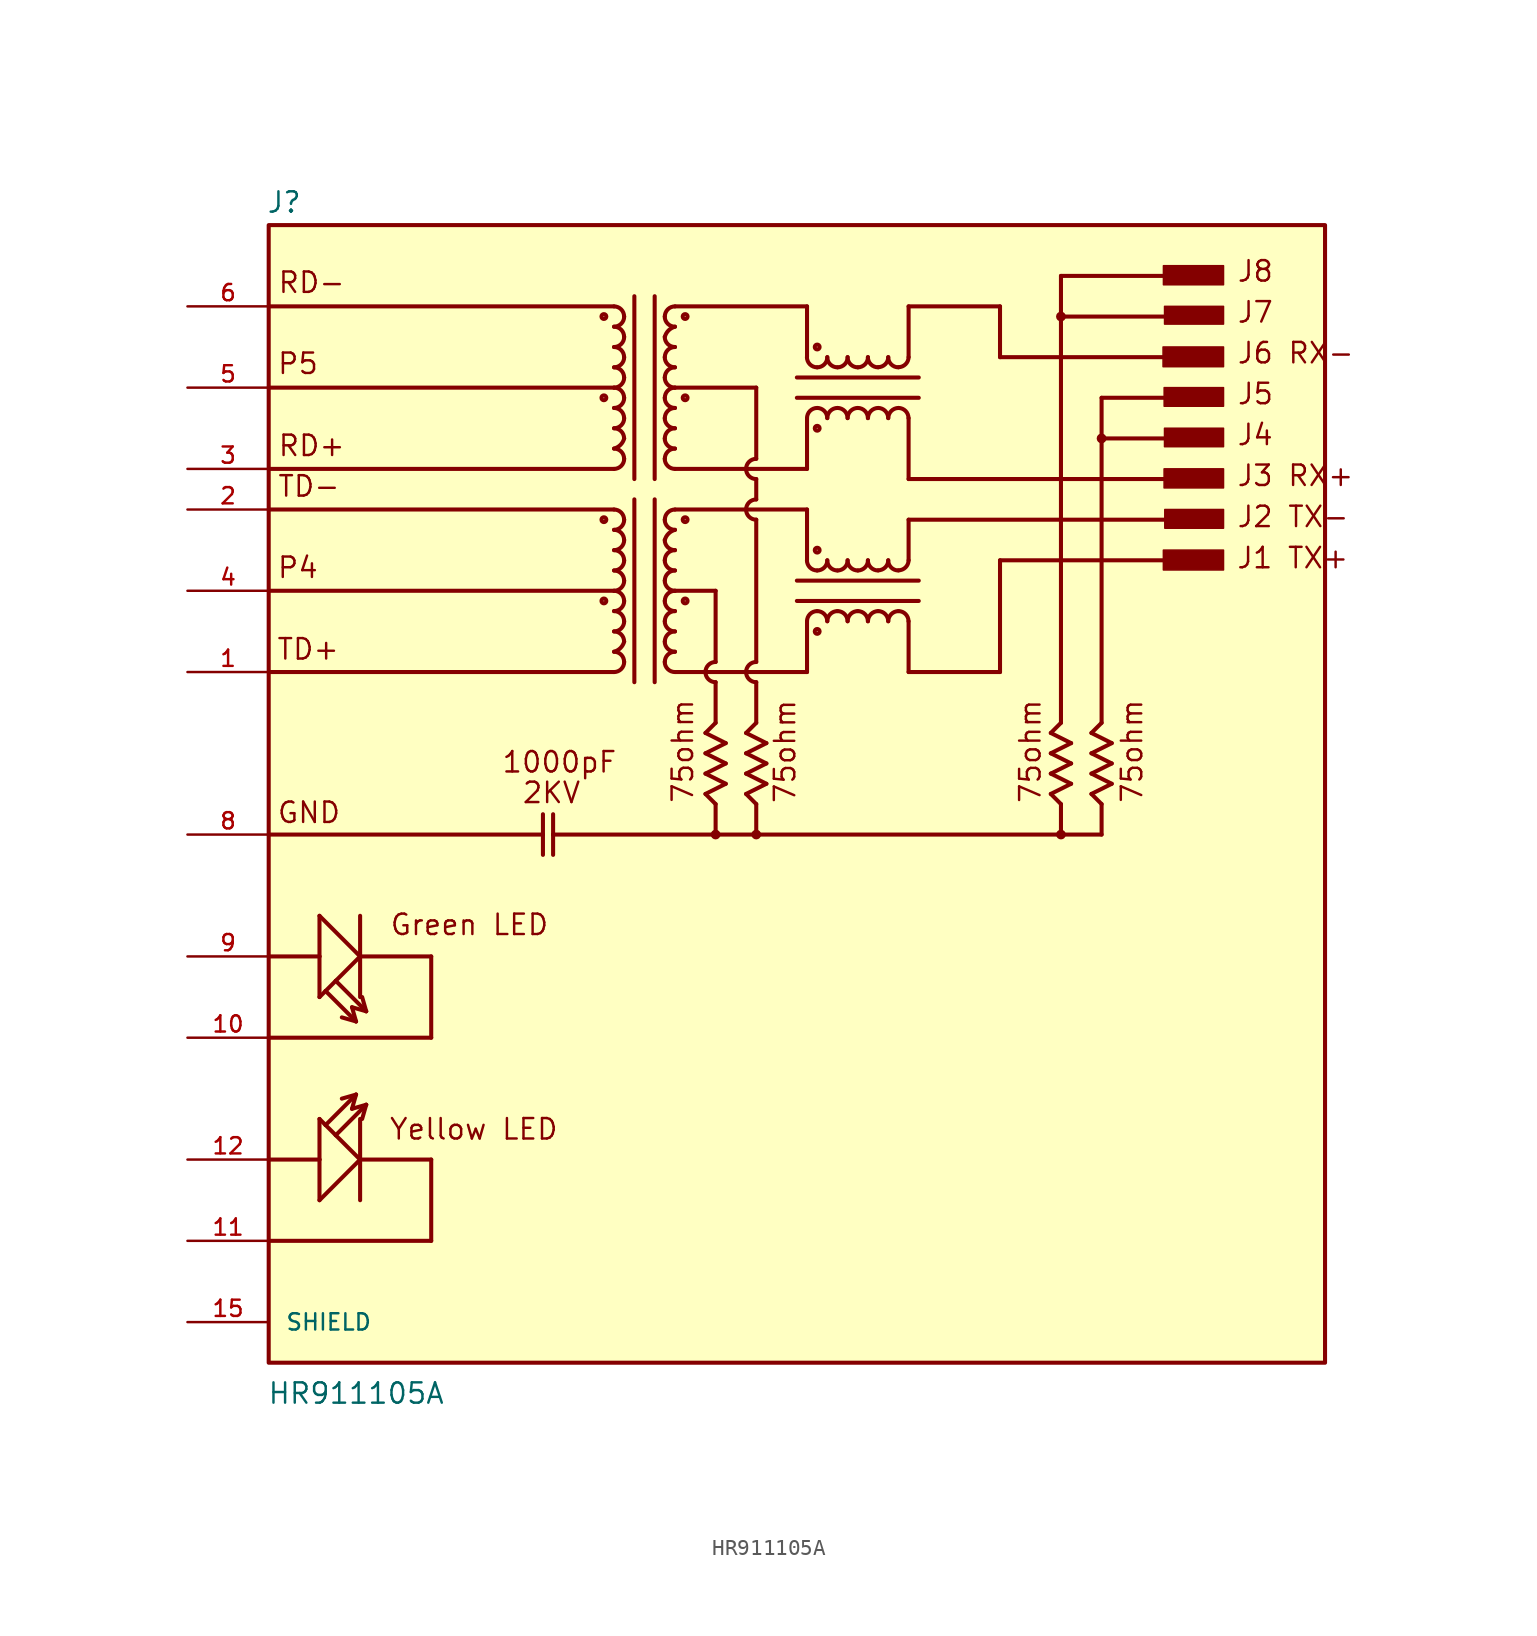
<source format=kicad_sym>
(kicad_symbol_lib
  (version 20211014)
  (generator kicad_symbol_editor)
  (symbol "HR911105A"
    (pin_names
      (offset 1.016))
    (property "Reference" "J"
      (at -33.178 36.241 0)
      (effects (font (size 1.27 1.27)) (justify bottom left)))
    (property "Value" "HR911105A"
      (at -33.124 -38.22 0)
      (effects (font (size 1.27 1.27)) (justify bottom left)))
    (symbol "HR911105A_0_0"
      (polyline (pts (xy 23.495 32.385) (xy 16.51 32.385)) (stroke (width 0.254)))
      (polyline (pts (xy 16.51 32.385) (xy 16.51 29.845)) (stroke (width 0.254)))
      (polyline (pts (xy 16.51 29.845) (xy 23.495 29.845)) (stroke (width 0.254)))
      (polyline (pts (xy 16.51 29.845) (xy 16.51 4.445)) (stroke (width 0.254)))
      (polyline (pts (xy 16.51 4.445) (xy 15.875 3.81)) (stroke (width 0.254)))
      (polyline (pts (xy 15.875 3.81) (xy 17.145 3.175)) (stroke (width 0.254)))
      (polyline (pts (xy 17.145 3.175) (xy 15.875 2.54)) (stroke (width 0.254)))
      (polyline (pts (xy 15.875 2.54) (xy 17.145 1.905)) (stroke (width 0.254)))
      (polyline (pts (xy 17.145 1.905) (xy 15.875 1.27)) (stroke (width 0.254)))
      (polyline (pts (xy 15.875 1.27) (xy 17.145 0.635)) (stroke (width 0.254)))
      (polyline (pts (xy 17.145 0.635) (xy 15.875 0.0)) (stroke (width 0.254)))
      (polyline (pts (xy 15.875 0.0) (xy 16.51 -0.635)) (stroke (width 0.254)))
      (polyline (pts (xy 16.51 -0.635) (xy 16.51 -2.54)) (stroke (width 0.254)))
      (polyline (pts (xy 23.495 24.765) (xy 19.05 24.765)) (stroke (width 0.254)))
      (polyline (pts (xy 19.05 24.765) (xy 19.05 22.225)) (stroke (width 0.254)))
      (polyline (pts (xy 19.05 22.225) (xy 23.495 22.225)) (stroke (width 0.254)))
      (polyline (pts (xy 19.05 4.445) (xy 18.415 3.81)) (stroke (width 0.254)))
      (polyline (pts (xy 18.415 3.81) (xy 19.685 3.175)) (stroke (width 0.254)))
      (polyline (pts (xy 19.685 3.175) (xy 18.415 2.54)) (stroke (width 0.254)))
      (polyline (pts (xy 18.415 2.54) (xy 19.685 1.905)) (stroke (width 0.254)))
      (polyline (pts (xy 19.685 1.905) (xy 18.415 1.27)) (stroke (width 0.254)))
      (polyline (pts (xy 18.415 1.27) (xy 19.685 0.635)) (stroke (width 0.254)))
      (polyline (pts (xy 19.685 0.635) (xy 18.415 0.0)) (stroke (width 0.254)))
      (polyline (pts (xy 18.415 0.0) (xy 19.05 -0.635)) (stroke (width 0.254)))
      (polyline (pts (xy 19.05 -0.635) (xy 19.05 -2.54)) (stroke (width 0.254)))
      (polyline (pts (xy 19.05 22.225) (xy 19.05 4.445)) (stroke (width 0.254)))
      (polyline (pts (xy 23.495 27.305) (xy 12.7 27.305)) (stroke (width 0.254)))
      (polyline (pts (xy 12.7 27.305) (xy 12.7 30.48)) (stroke (width 0.254)))
      (polyline (pts (xy 12.7 30.48) (xy 6.985 30.48)) (stroke (width 0.254)))
      (polyline (pts (xy 6.985 30.48) (xy 6.985 27.305)) (stroke (width 0.254)))
      (arc (start 6.35 26.67) (mid 6.799 26.856) (end 6.985 27.305) (stroke (width 0.254) (type default) (color 0 0 0 0)) (fill (type none)))
      (arc (start 5.715 27.305) (mid 5.901 26.856) (end 6.35 26.67) (stroke (width 0.254) (type default) (color 0 0 0 0)) (fill (type none)))
      (arc (start 5.08 26.67) (mid 5.529 26.856) (end 5.715 27.305) (stroke (width 0.254) (type default) (color 0 0 0 0)) (fill (type none)))
      (arc (start 4.445 27.305) (mid 4.631 26.856) (end 5.08 26.67) (stroke (width 0.254) (type default) (color 0 0 0 0)) (fill (type none)))
      (arc (start 3.81 26.67) (mid 4.259 26.856) (end 4.445 27.305) (stroke (width 0.254) (type default) (color 0 0 0 0)) (fill (type none)))
      (arc (start 3.175 27.305) (mid 3.361 26.856) (end 3.81 26.67) (stroke (width 0.254) (type default) (color 0 0 0 0)) (fill (type none)))
      (arc (start 2.54 26.67) (mid 2.989 26.856) (end 3.175 27.305) (stroke (width 0.254) (type default) (color 0 0 0 0)) (fill (type none)))
      (arc (start 1.905 27.305) (mid 2.091 26.856) (end 2.54 26.67) (stroke (width 0.254) (type default) (color 0 0 0 0)) (fill (type none)))
      (arc (start 1.27 26.67) (mid 1.719 26.856) (end 1.905 27.305) (stroke (width 0.254) (type default) (color 0 0 0 0)) (fill (type none)))
      (arc (start 0.635 27.305) (mid 0.821 26.856) (end 1.27 26.67) (stroke (width 0.254) (type default) (color 0 0 0 0)) (fill (type none)))
      (polyline (pts (xy 0.635 27.305) (xy 0.635 30.48)) (stroke (width 0.254)))
      (polyline (pts (xy 0.635 30.48) (xy -7.62 30.48)) (stroke (width 0.254)))
      (arc (start -8.255 29.845) (mid -8.069 30.294) (end -7.62 30.48) (stroke (width 0.254) (type default) (color 0 0 0 0)) (fill (type none)))
      (arc (start -7.62 29.21) (mid -8.069 29.396) (end -8.255 29.845) (stroke (width 0.254) (type default) (color 0 0 0 0)) (fill (type none)))
      (arc (start -8.255 28.575) (mid -8.0226 28.9776) (end -7.62 29.21) (stroke (width 0.254) (type default) (color 0 0 0 0)) (fill (type none)))
      (arc (start -7.62 27.94) (mid -8.069 28.126) (end -8.255 28.575) (stroke (width 0.254) (type default) (color 0 0 0 0)) (fill (type none)))
      (arc (start -8.255 27.305) (mid -8.069 27.754) (end -7.62 27.94) (stroke (width 0.254) (type default) (color 0 0 0 0)) (fill (type none)))
      (arc (start -7.62 26.67) (mid -8.069 26.856) (end -8.255 27.305) (stroke (width 0.254) (type default) (color 0 0 0 0)) (fill (type none)))
      (arc (start -8.255 26.035) (mid -8.069 26.484) (end -7.62 26.67) (stroke (width 0.254) (type default) (color 0 0 0 0)) (fill (type none)))
      (arc (start -7.62 25.4) (mid -8.069 25.586) (end -8.255 26.035) (stroke (width 0.254) (type default) (color 0 0 0 0)) (fill (type none)))
      (arc (start -8.255 24.765) (mid -8.069 25.214) (end -7.62 25.4) (stroke (width 0.254) (type default) (color 0 0 0 0)) (fill (type none)))
      (arc (start -7.62 24.13) (mid -8.069 24.316) (end -8.255 24.765) (stroke (width 0.254) (type default) (color 0 0 0 0)) (fill (type none)))
      (arc (start -8.255 23.495) (mid -8.069 23.944) (end -7.62 24.13) (stroke (width 0.254) (type default) (color 0 0 0 0)) (fill (type none)))
      (arc (start -7.62 22.86) (mid -8.069 23.046) (end -8.255 23.495) (stroke (width 0.254) (type default) (color 0 0 0 0)) (fill (type none)))
      (arc (start -8.255 22.225) (mid -8.069 22.674) (end -7.62 22.86) (stroke (width 0.254) (type default) (color 0 0 0 0)) (fill (type none)))
      (arc (start -7.62 21.59) (mid -8.069 21.776) (end -8.255 22.225) (stroke (width 0.254) (type default) (color 0 0 0 0)) (fill (type none)))
      (arc (start -8.255 20.955) (mid -8.069 21.404) (end -7.62 21.59) (stroke (width 0.254) (type default) (color 0 0 0 0)) (fill (type none)))
      (arc (start -7.62 20.32) (mid -8.069 20.506) (end -8.255 20.955) (stroke (width 0.254) (type default) (color 0 0 0 0)) (fill (type none)))
      (polyline (pts (xy -7.62 20.32) (xy -3.175 20.32)) (stroke (width 0.254)))
      (polyline (pts (xy -3.175 20.32) (xy 0.635 20.32)) (stroke (width 0.254)))
      (polyline (pts (xy 0.635 20.32) (xy 0.635 23.495)) (stroke (width 0.254)))
      (arc (start 1.27 24.13) (mid 0.821 23.944) (end 0.635 23.495) (stroke (width 0.254) (type default) (color 0 0 0 0)) (fill (type none)))
      (arc (start 1.905 23.495) (mid 1.719 23.944) (end 1.27 24.13) (stroke (width 0.254) (type default) (color 0 0 0 0)) (fill (type none)))
      (arc (start 2.54 24.13) (mid 2.091 23.944) (end 1.905 23.495) (stroke (width 0.254) (type default) (color 0 0 0 0)) (fill (type none)))
      (arc (start 3.175 23.495) (mid 2.989 23.944) (end 2.54 24.13) (stroke (width 0.254) (type default) (color 0 0 0 0)) (fill (type none)))
      (arc (start 3.81 24.13) (mid 3.361 23.944) (end 3.175 23.495) (stroke (width 0.254) (type default) (color 0 0 0 0)) (fill (type none)))
      (arc (start 4.445 23.495) (mid 4.259 23.944) (end 3.81 24.13) (stroke (width 0.254) (type default) (color 0 0 0 0)) (fill (type none)))
      (arc (start 5.08 24.13) (mid 4.631 23.944) (end 4.445 23.495) (stroke (width 0.254) (type default) (color 0 0 0 0)) (fill (type none)))
      (arc (start 5.715 23.495) (mid 5.529 23.944) (end 5.08 24.13) (stroke (width 0.254) (type default) (color 0 0 0 0)) (fill (type none)))
      (arc (start 6.35 24.13) (mid 5.901 23.944) (end 5.715 23.495) (stroke (width 0.254) (type default) (color 0 0 0 0)) (fill (type none)))
      (arc (start 6.985 23.495) (mid 6.799 23.944) (end 6.35 24.13) (stroke (width 0.254) (type default) (color 0 0 0 0)) (fill (type none)))
      (polyline (pts (xy 6.985 23.495) (xy 6.985 19.685)) (stroke (width 0.254)))
      (polyline (pts (xy 0.0 26.035) (xy 7.62 26.035)) (stroke (width 0.254)))
      (polyline (pts (xy 0.0 24.765) (xy 7.62 24.765)) (stroke (width 0.254)))
      (polyline (pts (xy 23.495 19.685) (xy 6.985 19.685)) (stroke (width 0.254)))
      (polyline (pts (xy -8.89 31.115) (xy -8.89 19.685)) (stroke (width 0.254)))
      (polyline (pts (xy -10.16 31.115) (xy -10.16 19.685)) (stroke (width 0.254)))
      (arc (start -10.795 20.955) (mid -10.981 20.506) (end -11.43 20.32) (stroke (width 0.254) (type default) (color 0 0 0 0)) (fill (type none)))
      (arc (start -11.43 21.59) (mid -10.981 21.404) (end -10.795 20.955) (stroke (width 0.254) (type default) (color 0 0 0 0)) (fill (type none)))
      (arc (start -10.795 22.225) (mid -11.0274 21.8224) (end -11.43 21.59) (stroke (width 0.254) (type default) (color 0 0 0 0)) (fill (type none)))
      (arc (start -11.43 22.86) (mid -10.981 22.674) (end -10.795 22.225) (stroke (width 0.254) (type default) (color 0 0 0 0)) (fill (type none)))
      (arc (start -10.795 23.495) (mid -10.981 23.046) (end -11.43 22.86) (stroke (width 0.254) (type default) (color 0 0 0 0)) (fill (type none)))
      (arc (start -11.43 24.13) (mid -10.981 23.944) (end -10.795 23.495) (stroke (width 0.254) (type default) (color 0 0 0 0)) (fill (type none)))
      (arc (start -10.795 24.765) (mid -10.981 24.316) (end -11.43 24.13) (stroke (width 0.254) (type default) (color 0 0 0 0)) (fill (type none)))
      (arc (start -11.43 25.4) (mid -10.981 25.214) (end -10.795 24.765) (stroke (width 0.254) (type default) (color 0 0 0 0)) (fill (type none)))
      (arc (start -10.795 26.035) (mid -10.981 25.586) (end -11.43 25.4) (stroke (width 0.254) (type default) (color 0 0 0 0)) (fill (type none)))
      (arc (start -11.43 26.67) (mid -10.981 26.484) (end -10.795 26.035) (stroke (width 0.254) (type default) (color 0 0 0 0)) (fill (type none)))
      (arc (start -10.795 27.305) (mid -10.981 26.856) (end -11.43 26.67) (stroke (width 0.254) (type default) (color 0 0 0 0)) (fill (type none)))
      (arc (start -11.43 27.94) (mid -10.981 27.754) (end -10.795 27.305) (stroke (width 0.254) (type default) (color 0 0 0 0)) (fill (type none)))
      (arc (start -10.795 28.575) (mid -10.981 28.126) (end -11.43 27.94) (stroke (width 0.254) (type default) (color 0 0 0 0)) (fill (type none)))
      (arc (start -11.43 29.21) (mid -10.981 29.024) (end -10.795 28.575) (stroke (width 0.254) (type default) (color 0 0 0 0)) (fill (type none)))
      (arc (start -10.795 29.845) (mid -10.981 29.396) (end -11.43 29.21) (stroke (width 0.254) (type default) (color 0 0 0 0)) (fill (type none)))
      (arc (start -11.43 30.48) (mid -10.981 30.294) (end -10.795 29.845) (stroke (width 0.254) (type default) (color 0 0 0 0)) (fill (type none)))
      (polyline (pts (xy -11.43 30.48) (xy -33.02 30.48)) (stroke (width 0.254)))
      (polyline (pts (xy -33.02 20.32) (xy -11.43 20.32)) (stroke (width 0.254)))
      (polyline (pts (xy -11.43 25.4) (xy -33.02 25.4)) (stroke (width 0.254)))
      (polyline (pts (xy 23.495 17.145) (xy 6.985 17.145)) (stroke (width 0.254)))
      (polyline (pts (xy 6.985 17.145) (xy 6.985 14.605)) (stroke (width 0.254)))
      (arc (start 6.35 13.97) (mid 6.799 14.156) (end 6.985 14.605) (stroke (width 0.254) (type default) (color 0 0 0 0)) (fill (type none)))
      (arc (start 5.715 14.605) (mid 5.901 14.156) (end 6.35 13.97) (stroke (width 0.254) (type default) (color 0 0 0 0)) (fill (type none)))
      (arc (start 5.08 13.97) (mid 5.529 14.156) (end 5.715 14.605) (stroke (width 0.254) (type default) (color 0 0 0 0)) (fill (type none)))
      (arc (start 4.445 14.605) (mid 4.631 14.156) (end 5.08 13.97) (stroke (width 0.254) (type default) (color 0 0 0 0)) (fill (type none)))
      (arc (start 3.81 13.97) (mid 4.259 14.156) (end 4.445 14.605) (stroke (width 0.254) (type default) (color 0 0 0 0)) (fill (type none)))
      (arc (start 3.175 14.605) (mid 3.361 14.156) (end 3.81 13.97) (stroke (width 0.254) (type default) (color 0 0 0 0)) (fill (type none)))
      (arc (start 2.54 13.97) (mid 2.989 14.156) (end 3.175 14.605) (stroke (width 0.254) (type default) (color 0 0 0 0)) (fill (type none)))
      (arc (start 1.905 14.605) (mid 2.091 14.156) (end 2.54 13.97) (stroke (width 0.254) (type default) (color 0 0 0 0)) (fill (type none)))
      (arc (start 1.27 13.97) (mid 1.719 14.156) (end 1.905 14.605) (stroke (width 0.254) (type default) (color 0 0 0 0)) (fill (type none)))
      (arc (start 0.635 14.605) (mid 0.821 14.156) (end 1.27 13.97) (stroke (width 0.254) (type default) (color 0 0 0 0)) (fill (type none)))
      (polyline (pts (xy 0.635 14.605) (xy 0.635 17.78)) (stroke (width 0.254)))
      (polyline (pts (xy 0.635 17.78) (xy -3.175 17.78)) (stroke (width 0.254)))
      (polyline (pts (xy -3.175 17.78) (xy -7.62 17.78)) (stroke (width 0.254)))
      (arc (start -8.255 17.145) (mid -8.069 17.594) (end -7.62 17.78) (stroke (width 0.254) (type default) (color 0 0 0 0)) (fill (type none)))
      (arc (start -7.62 16.51) (mid -8.069 16.696) (end -8.255 17.145) (stroke (width 0.254) (type default) (color 0 0 0 0)) (fill (type none)))
      (arc (start -8.255 15.875) (mid -8.0226 16.2776) (end -7.62 16.51) (stroke (width 0.254) (type default) (color 0 0 0 0)) (fill (type none)))
      (arc (start -7.62 15.24) (mid -8.069 15.426) (end -8.255 15.875) (stroke (width 0.254) (type default) (color 0 0 0 0)) (fill (type none)))
      (arc (start -8.255 14.605) (mid -8.069 15.054) (end -7.62 15.24) (stroke (width 0.254) (type default) (color 0 0 0 0)) (fill (type none)))
      (arc (start -7.62 13.97) (mid -8.069 14.156) (end -8.255 14.605) (stroke (width 0.254) (type default) (color 0 0 0 0)) (fill (type none)))
      (arc (start -8.255 13.335) (mid -8.069 13.784) (end -7.62 13.97) (stroke (width 0.254) (type default) (color 0 0 0 0)) (fill (type none)))
      (arc (start -7.62 12.7) (mid -8.069 12.886) (end -8.255 13.335) (stroke (width 0.254) (type default) (color 0 0 0 0)) (fill (type none)))
      (arc (start -8.255 12.065) (mid -8.069 12.514) (end -7.62 12.7) (stroke (width 0.254) (type default) (color 0 0 0 0)) (fill (type none)))
      (arc (start -7.62 11.43) (mid -8.069 11.616) (end -8.255 12.065) (stroke (width 0.254) (type default) (color 0 0 0 0)) (fill (type none)))
      (arc (start -8.255 10.795) (mid -8.069 11.244) (end -7.62 11.43) (stroke (width 0.254) (type default) (color 0 0 0 0)) (fill (type none)))
      (arc (start -7.62 10.16) (mid -8.069 10.346) (end -8.255 10.795) (stroke (width 0.254) (type default) (color 0 0 0 0)) (fill (type none)))
      (arc (start -8.255 9.525) (mid -8.069 9.974) (end -7.62 10.16) (stroke (width 0.254) (type default) (color 0 0 0 0)) (fill (type none)))
      (arc (start -7.62 8.89) (mid -8.069 9.076) (end -8.255 9.525) (stroke (width 0.254) (type default) (color 0 0 0 0)) (fill (type none)))
      (arc (start -8.255 8.255) (mid -8.069 8.704) (end -7.62 8.89) (stroke (width 0.254) (type default) (color 0 0 0 0)) (fill (type none)))
      (arc (start -7.62 7.62) (mid -8.069 7.806) (end -8.255 8.255) (stroke (width 0.254) (type default) (color 0 0 0 0)) (fill (type none)))
      (polyline (pts (xy -7.62 7.62) (xy -5.715 7.62)) (stroke (width 0.254)))
      (polyline (pts (xy -5.715 7.62) (xy -3.175 7.62)) (stroke (width 0.254)))
      (polyline (pts (xy -3.175 7.62) (xy 0.635 7.62)) (stroke (width 0.254)))
      (polyline (pts (xy 0.635 7.62) (xy 0.635 10.795)) (stroke (width 0.254)))
      (arc (start 1.27 11.43) (mid 0.821 11.244) (end 0.635 10.795) (stroke (width 0.254) (type default) (color 0 0 0 0)) (fill (type none)))
      (arc (start 1.905 10.795) (mid 1.719 11.244) (end 1.27 11.43) (stroke (width 0.254) (type default) (color 0 0 0 0)) (fill (type none)))
      (arc (start 2.54 11.43) (mid 2.091 11.244) (end 1.905 10.795) (stroke (width 0.254) (type default) (color 0 0 0 0)) (fill (type none)))
      (arc (start 3.175 10.795) (mid 2.989 11.244) (end 2.54 11.43) (stroke (width 0.254) (type default) (color 0 0 0 0)) (fill (type none)))
      (arc (start 3.81 11.43) (mid 3.361 11.244) (end 3.175 10.795) (stroke (width 0.254) (type default) (color 0 0 0 0)) (fill (type none)))
      (arc (start 4.445 10.795) (mid 4.259 11.244) (end 3.81 11.43) (stroke (width 0.254) (type default) (color 0 0 0 0)) (fill (type none)))
      (arc (start 5.08 11.43) (mid 4.631 11.244) (end 4.445 10.795) (stroke (width 0.254) (type default) (color 0 0 0 0)) (fill (type none)))
      (arc (start 5.715 10.795) (mid 5.529 11.244) (end 5.08 11.43) (stroke (width 0.254) (type default) (color 0 0 0 0)) (fill (type none)))
      (arc (start 6.35 11.43) (mid 5.901 11.244) (end 5.715 10.795) (stroke (width 0.254) (type default) (color 0 0 0 0)) (fill (type none)))
      (arc (start 6.985 10.795) (mid 6.799 11.244) (end 6.35 11.43) (stroke (width 0.254) (type default) (color 0 0 0 0)) (fill (type none)))
      (polyline (pts (xy 6.985 10.795) (xy 6.985 7.62)) (stroke (width 0.254)))
      (polyline (pts (xy 0.0 13.335) (xy 7.62 13.335)) (stroke (width 0.254)))
      (polyline (pts (xy 0.0 12.065) (xy 7.62 12.065)) (stroke (width 0.254)))
      (polyline (pts (xy 23.495 14.605) (xy 12.7 14.605)) (stroke (width 0.254)))
      (polyline (pts (xy 12.7 14.605) (xy 12.7 7.62)) (stroke (width 0.254)))
      (polyline (pts (xy 12.7 7.62) (xy 6.985 7.62)) (stroke (width 0.254)))
      (polyline (pts (xy -8.89 18.415) (xy -8.89 6.985)) (stroke (width 0.254)))
      (polyline (pts (xy -10.16 18.415) (xy -10.16 6.985)) (stroke (width 0.254)))
      (arc (start -10.795 8.255) (mid -10.981 7.806) (end -11.43 7.62) (stroke (width 0.254) (type default) (color 0 0 0 0)) (fill (type none)))
      (arc (start -11.43 8.89) (mid -10.981 8.704) (end -10.795 8.255) (stroke (width 0.254) (type default) (color 0 0 0 0)) (fill (type none)))
      (arc (start -10.795 9.525) (mid -11.0274 9.1224) (end -11.43 8.89) (stroke (width 0.254) (type default) (color 0 0 0 0)) (fill (type none)))
      (arc (start -11.43 10.16) (mid -10.981 9.974) (end -10.795 9.525) (stroke (width 0.254) (type default) (color 0 0 0 0)) (fill (type none)))
      (arc (start -10.795 10.795) (mid -10.981 10.346) (end -11.43 10.16) (stroke (width 0.254) (type default) (color 0 0 0 0)) (fill (type none)))
      (arc (start -11.43 11.43) (mid -10.981 11.244) (end -10.795 10.795) (stroke (width 0.254) (type default) (color 0 0 0 0)) (fill (type none)))
      (arc (start -10.795 12.065) (mid -10.981 11.616) (end -11.43 11.43) (stroke (width 0.254) (type default) (color 0 0 0 0)) (fill (type none)))
      (arc (start -11.43 12.7) (mid -10.981 12.514) (end -10.795 12.065) (stroke (width 0.254) (type default) (color 0 0 0 0)) (fill (type none)))
      (arc (start -10.795 13.335) (mid -10.981 12.886) (end -11.43 12.7) (stroke (width 0.254) (type default) (color 0 0 0 0)) (fill (type none)))
      (arc (start -11.43 13.97) (mid -10.981 13.784) (end -10.795 13.335) (stroke (width 0.254) (type default) (color 0 0 0 0)) (fill (type none)))
      (arc (start -10.795 14.605) (mid -10.981 14.156) (end -11.43 13.97) (stroke (width 0.254) (type default) (color 0 0 0 0)) (fill (type none)))
      (arc (start -11.43 15.24) (mid -10.981 15.054) (end -10.795 14.605) (stroke (width 0.254) (type default) (color 0 0 0 0)) (fill (type none)))
      (arc (start -10.795 15.875) (mid -10.981 15.426) (end -11.43 15.24) (stroke (width 0.254) (type default) (color 0 0 0 0)) (fill (type none)))
      (arc (start -11.43 16.51) (mid -10.981 16.324) (end -10.795 15.875) (stroke (width 0.254) (type default) (color 0 0 0 0)) (fill (type none)))
      (arc (start -10.795 17.145) (mid -10.981 16.696) (end -11.43 16.51) (stroke (width 0.254) (type default) (color 0 0 0 0)) (fill (type none)))
      (arc (start -11.43 17.78) (mid -10.981 17.594) (end -10.795 17.145) (stroke (width 0.254) (type default) (color 0 0 0 0)) (fill (type none)))
      (polyline (pts (xy -11.43 17.78) (xy -33.02 17.78)) (stroke (width 0.254)))
      (polyline (pts (xy -11.43 7.62) (xy -33.02 7.62)) (stroke (width 0.254)))
      (polyline (pts (xy -7.62 25.4) (xy -2.54 25.4)) (stroke (width 0.254)))
      (polyline (pts (xy -2.54 25.4) (xy -2.54 20.955)) (stroke (width 0.254)))
      (arc (start -3.175 20.32) (mid -2.989 20.769) (end -2.54 20.955) (stroke (width 0.254) (type default) (color 0 0 0 0)) (fill (type none)))
      (arc (start -2.54 19.685) (mid -2.989 19.871) (end -3.175 20.32) (stroke (width 0.254) (type default) (color 0 0 0 0)) (fill (type none)))
      (polyline (pts (xy -2.54 19.685) (xy -2.54 18.415)) (stroke (width 0.254)))
      (arc (start -3.175 17.78) (mid -2.989 18.229) (end -2.54 18.415) (stroke (width 0.254) (type default) (color 0 0 0 0)) (fill (type none)))
      (arc (start -2.54 17.145) (mid -2.989 17.331) (end -3.175 17.78) (stroke (width 0.254) (type default) (color 0 0 0 0)) (fill (type none)))
      (polyline (pts (xy -2.54 17.145) (xy -2.54 8.255)) (stroke (width 0.254)))
      (arc (start -3.175 7.62) (mid -2.989 8.069) (end -2.54 8.255) (stroke (width 0.254) (type default) (color 0 0 0 0)) (fill (type none)))
      (arc (start -2.54 6.985) (mid -2.989 7.171) (end -3.175 7.62) (stroke (width 0.254) (type default) (color 0 0 0 0)) (fill (type none)))
      (polyline (pts (xy -2.54 6.985) (xy -2.54 4.445)) (stroke (width 0.254)))
      (polyline (pts (xy -2.54 4.445) (xy -3.175 3.81)) (stroke (width 0.254)))
      (polyline (pts (xy -3.175 3.81) (xy -1.905 3.175)) (stroke (width 0.254)))
      (polyline (pts (xy -1.905 3.175) (xy -3.175 2.54)) (stroke (width 0.254)))
      (polyline (pts (xy -3.175 2.54) (xy -1.905 1.905)) (stroke (width 0.254)))
      (polyline (pts (xy -1.905 1.905) (xy -3.175 1.27)) (stroke (width 0.254)))
      (polyline (pts (xy -3.175 1.27) (xy -1.905 0.635)) (stroke (width 0.254)))
      (polyline (pts (xy -1.905 0.635) (xy -3.175 0.0)) (stroke (width 0.254)))
      (polyline (pts (xy -3.175 0.0) (xy -2.54 -0.635)) (stroke (width 0.254)))
      (polyline (pts (xy -2.54 -0.635) (xy -2.54 -2.54)) (stroke (width 0.254)))
      (polyline (pts (xy -5.08 6.985) (xy -5.08 4.445)) (stroke (width 0.254)))
      (polyline (pts (xy -5.08 4.445) (xy -5.715 3.81)) (stroke (width 0.254)))
      (polyline (pts (xy -5.715 3.81) (xy -4.445 3.175)) (stroke (width 0.254)))
      (polyline (pts (xy -4.445 3.175) (xy -5.715 2.54)) (stroke (width 0.254)))
      (polyline (pts (xy -5.715 2.54) (xy -4.445 1.905)) (stroke (width 0.254)))
      (polyline (pts (xy -4.445 1.905) (xy -5.715 1.27)) (stroke (width 0.254)))
      (polyline (pts (xy -5.715 1.27) (xy -4.445 0.635)) (stroke (width 0.254)))
      (polyline (pts (xy -4.445 0.635) (xy -5.715 0.0)) (stroke (width 0.254)))
      (polyline (pts (xy -5.715 0.0) (xy -5.08 -0.635)) (stroke (width 0.254)))
      (polyline (pts (xy -5.08 -0.635) (xy -5.08 -2.54)) (stroke (width 0.254)))
      (arc (start -5.715 7.62) (mid -5.529 8.069) (end -5.08 8.255) (stroke (width 0.254) (type default) (color 0 0 0 0)) (fill (type none)))
      (arc (start -5.08 6.985) (mid -5.529 7.171) (end -5.715 7.62) (stroke (width 0.254) (type default) (color 0 0 0 0)) (fill (type none)))
      (polyline (pts (xy -5.08 8.255) (xy -5.08 12.7)) (stroke (width 0.254)))
      (polyline (pts (xy -5.08 12.7) (xy -7.62 12.7)) (stroke (width 0.254)))
      (polyline (pts (xy -33.02 12.7) (xy -11.43 12.7)) (stroke (width 0.254)))
      (polyline (pts (xy 19.05 -2.54) (xy -5.08 -2.54)) (stroke (width 0.254)))
      (polyline (pts (xy -5.08 -2.54) (xy -15.24 -2.54)) (stroke (width 0.254)))
      (polyline (pts (xy -15.24 -2.54) (xy -15.24 -3.81)) (stroke (width 0.254)))
      (polyline (pts (xy -15.24 -2.54) (xy -15.24 -1.27)) (stroke (width 0.254)))
      (polyline (pts (xy -15.875 -1.27) (xy -15.875 -2.54)) (stroke (width 0.254)))
      (polyline (pts (xy -15.875 -2.54) (xy -15.875 -3.81)) (stroke (width 0.254)))
      (polyline (pts (xy -15.875 -2.54) (xy -33.02 -2.54)) (stroke (width 0.254)))
      (polyline (pts (xy -29.845 -20.32) (xy -29.845 -22.86)) (stroke (width 0.254)))
      (polyline (pts (xy -29.845 -22.86) (xy -29.845 -25.4)) (stroke (width 0.254)))
      (polyline (pts (xy -29.845 -25.4) (xy -27.305 -22.86)) (stroke (width 0.254)))
      (polyline (pts (xy -27.305 -22.86) (xy -28.829 -21.336)) (stroke (width 0.254)))
      (polyline (pts (xy -28.829 -21.336) (xy -29.464 -20.701)) (stroke (width 0.254)))
      (polyline (pts (xy -29.464 -20.701) (xy -29.845 -20.32)) (stroke (width 0.254)))
      (polyline (pts (xy -27.305 -20.32) (xy -27.305 -22.86)) (stroke (width 0.254)))
      (polyline (pts (xy -27.305 -22.86) (xy -27.305 -25.4)) (stroke (width 0.254)))
      (polyline (pts (xy -29.845 -22.86) (xy -33.02 -22.86)) (stroke (width 0.254)))
      (polyline (pts (xy -27.305 -22.86) (xy -22.86 -22.86)) (stroke (width 0.254)))
      (polyline (pts (xy -29.464 -20.701) (xy -27.559 -18.796)) (stroke (width 0.254)))
      (polyline (pts (xy -28.829 -21.336) (xy -26.924 -19.431)) (stroke (width 0.254)))
      (polyline (pts (xy -27.559 -18.796) (xy -28.448 -19.05)) (stroke (width 0.254)))
      (polyline (pts (xy -27.559 -18.796) (xy -27.813 -19.685)) (stroke (width 0.254)))
      (polyline (pts (xy -26.924 -19.431) (xy -27.813 -19.685)) (stroke (width 0.254)))
      (polyline (pts (xy -26.924 -19.431) (xy -27.178 -20.32)) (stroke (width 0.254)))
      (polyline (pts (xy -29.845 -12.7) (xy -29.845 -10.16)) (stroke (width 0.254)))
      (polyline (pts (xy -29.845 -10.16) (xy -29.845 -7.62)) (stroke (width 0.254)))
      (polyline (pts (xy -29.845 -7.62) (xy -27.305 -10.16)) (stroke (width 0.254)))
      (polyline (pts (xy -27.305 -10.16) (xy -28.829 -11.684)) (stroke (width 0.254)))
      (polyline (pts (xy -28.829 -11.684) (xy -29.464 -12.319)) (stroke (width 0.254)))
      (polyline (pts (xy -29.464 -12.319) (xy -29.845 -12.7)) (stroke (width 0.254)))
      (polyline (pts (xy -27.305 -12.7) (xy -27.305 -10.16)) (stroke (width 0.254)))
      (polyline (pts (xy -27.305 -10.16) (xy -27.305 -7.62)) (stroke (width 0.254)))
      (polyline (pts (xy -29.845 -10.16) (xy -33.02 -10.16)) (stroke (width 0.254)))
      (polyline (pts (xy -27.305 -10.16) (xy -22.86 -10.16)) (stroke (width 0.254)))
      (polyline (pts (xy -29.464 -12.319) (xy -27.559 -14.224)) (stroke (width 0.254)))
      (polyline (pts (xy -28.829 -11.684) (xy -26.924 -13.589)) (stroke (width 0.254)))
      (polyline (pts (xy -27.559 -14.224) (xy -28.448 -13.97)) (stroke (width 0.254)))
      (polyline (pts (xy -27.559 -14.224) (xy -27.813 -13.335)) (stroke (width 0.254)))
      (polyline (pts (xy -26.924 -13.589) (xy -27.813 -13.335)) (stroke (width 0.254)))
      (polyline (pts (xy -26.924 -13.589) (xy -27.178 -12.7)) (stroke (width 0.254)))
      (circle (center 19.05 22.225) (radius 0.18) (stroke (width 0.254)) (fill (type none)))
      (circle (center 16.51 29.845) (radius 0.18) (stroke (width 0.254)) (fill (type none)))
      (text "J8" (at 27.468 31.93 0) (effects (font (size 1.278 1.278)) (justify bottom left)))
      (text "J7" (at 27.469 29.367 0) (effects (font (size 1.278 1.278)) (justify bottom left)))
      (text "J6 RX-" (at 27.468 26.817 0) (effects (font (size 1.278 1.278)) (justify bottom left)))
      (text "J5" (at 27.477 24.265 0) (effects (font (size 1.278 1.278)) (justify bottom left)))
      (text "J4" (at 27.459 21.705 0) (effects (font (size 1.277 1.277)) (justify bottom left)))
      (text "J3 RX+" (at 27.457 19.152 0) (effects (font (size 1.277 1.277)) (justify bottom left)))
      (text "J2 TX-" (at 27.457 16.581 0) (effects (font (size 1.277 1.277)) (justify bottom left)))
      (text "J1 TX+" (at 27.439 14.007 0) (effects (font (size 1.277 1.277)) (justify bottom left)))
      (text "Yellow LED" (at -25.535 -21.705 0) (effects (font (size 1.279 1.279)) (justify bottom left)))
      (text "Green LED" (at -25.492 -8.922 0) (effects (font (size 1.276 1.276)) (justify bottom left)))
      (text "75ohm" (at 21.692 -0.655 900) (effects (font (size 1.276 1.276)) (justify bottom left)))
      (text "75ohm" (at 15.335 -0.662 900) (effects (font (size 1.278 1.278)) (justify bottom left)))
      (text "75ohm" (at 0.0 -0.667 900) (effects (font (size 1.276 1.276)) (justify bottom left)))
      (text "75ohm" (at -6.39 -0.655 900) (effects (font (size 1.278 1.278)) (justify bottom left)))
      (text "1000pF" (at -18.501 1.242 0) (effects (font (size 1.276 1.276)) (justify bottom left)))
      (text "2KV" (at -17.231 -0.672 0) (effects (font (size 1.276 1.276)) (justify bottom left)))
      (rectangle (start 22.919 31.833) (end 26.67 33.02) (stroke (width 0.1)) (fill (type outline)))
      (rectangle (start 22.989 29.375) (end 26.67 30.48) (stroke (width 0.1)) (fill (type outline)))
      (rectangle (start 22.895 26.711) (end 26.67 27.94) (stroke (width 0.1)) (fill (type outline)))
      (rectangle (start 22.964 24.24) (end 26.67 25.4) (stroke (width 0.1)) (fill (type outline)))
      (rectangle (start 22.986 21.709) (end 26.67 22.86) (stroke (width 0.1)) (fill (type outline)))
      (rectangle (start 22.96 19.133) (end 26.67 20.32) (stroke (width 0.1)) (fill (type outline)))
      (rectangle (start 23.004 16.614) (end 26.67 17.78) (stroke (width 0.1)) (fill (type outline)))
      (rectangle (start 22.915 14.004) (end 26.67 15.24) (stroke (width 0.1)) (fill (type outline)))
      (circle (center -5.08 -2.54) (radius 0.178) (stroke (width 0.254)) (fill (type none)))
      (circle (center -2.54 -2.54) (radius 0.178) (stroke (width 0.254)) (fill (type none)))
      (circle (center 16.51 -2.54) (radius 0.178) (stroke (width 0.254)) (fill (type none)))
      (circle (center -12.065 29.845) (radius 0.152) (stroke (width 0.254)) (fill (type none)))
      (circle (center -12.065 24.765) (radius 0.152) (stroke (width 0.254)) (fill (type none)))
      (circle (center -12.065 17.145) (radius 0.152) (stroke (width 0.254)) (fill (type none)))
      (circle (center -12.065 12.065) (radius 0.152) (stroke (width 0.254)) (fill (type none)))
      (circle (center -6.985 29.845) (radius 0.152) (stroke (width 0.254)) (fill (type none)))
      (circle (center -6.985 24.765) (radius 0.152) (stroke (width 0.254)) (fill (type none)))
      (circle (center -6.985 17.145) (radius 0.152) (stroke (width 0.254)) (fill (type none)))
      (circle (center -6.985 12.065) (radius 0.152) (stroke (width 0.254)) (fill (type none)))
      (circle (center 1.27 27.94) (radius 0.152) (stroke (width 0.254)) (fill (type none)))
      (circle (center 1.27 22.86) (radius 0.152) (stroke (width 0.254)) (fill (type none)))
      (circle (center 1.27 15.24) (radius 0.152) (stroke (width 0.254)) (fill (type none)))
      (circle (center 1.27 10.16) (radius 0.152) (stroke (width 0.254)) (fill (type none)))
      (text "RD-" (at -32.499 31.224 0) (effects (font (size 1.274 1.274)) (justify bottom left)))
      (text "P5" (at -32.535 26.155 0) (effects (font (size 1.276 1.276)) (justify bottom left)))
      (text "RD+" (at -32.493 21.025 0) (effects (font (size 1.274 1.274)) (justify bottom left)))
      (text "TD-" (at -32.514 18.488 0) (effects (font (size 1.275 1.275)) (justify bottom left)))
      (text "P4" (at -32.544 13.401 0) (effects (font (size 1.276 1.276)) (justify bottom left)))
      (text "TD+" (at -32.569 8.302 0) (effects (font (size 1.277 1.277)) (justify bottom left)))
      (text "GND" (at -32.548 -1.915 0) (effects (font (size 1.276 1.276)) (justify bottom left)))
      (polyline (pts (xy -33.02 -15.24) (xy -22.86 -15.24)) (stroke (width 0.254)))
      (polyline (pts (xy -22.86 -15.24) (xy -22.86 -10.16)) (stroke (width 0.254)))
      (polyline (pts (xy -33.02 -27.94) (xy -22.86 -27.94)) (stroke (width 0.254)))
      (polyline (pts (xy -22.86 -27.94) (xy -22.86 -22.86)) (stroke (width 0.254)))
      (rectangle (start -33.02 -35.56) (end 33.02 35.56) (stroke (width 0.254)) (fill (type background)))
      (pin passive line (at -38.1 -10.16 0) (length 5.08) (name "~" (effects (font (size 1.016 1.016)))) (number "9" (effects (font (size 1.016 1.016)))))
      (pin passive line (at -38.1 -15.24 0) (length 5.08) (name "~" (effects (font (size 1.016 1.016)))) (number "10" (effects (font (size 1.016 1.016)))))
      (pin power_in line (at -38.1 -2.54 0) (length 5.08) (name "~" (effects (font (size 1.016 1.016)))) (number "8" (effects (font (size 1.016 1.016)))))
      (pin passive line (at -38.1 12.7 0) (length 5.08) (name "~" (effects (font (size 1.016 1.016)))) (number "4" (effects (font (size 1.016 1.016)))))
      (pin passive line (at -38.1 25.4 0) (length 5.08) (name "~" (effects (font (size 1.016 1.016)))) (number "5" (effects (font (size 1.016 1.016)))))
      (pin passive line (at -38.1 20.32 0) (length 5.08) (name "~" (effects (font (size 1.016 1.016)))) (number "3" (effects (font (size 1.016 1.016)))))
      (pin passive line (at -38.1 30.48 0) (length 5.08) (name "~" (effects (font (size 1.016 1.016)))) (number "6" (effects (font (size 1.016 1.016)))))
      (pin passive line (at -38.1 -33.02 0) (length 5.08) (name "SHIELD" (effects (font (size 1.016 1.016)))) (number "15" (effects (font (size 1.016 1.016)))))
      (pin passive line (at -38.1 -33.02 0) (length 5.08) hide (name "SHIELD" (effects (font (size 1.016 1.016)))) (number "16" (effects (font (size 1.016 1.016)))))
      (pin passive line (at -38.1 7.62 0) (length 5.08) (name "~" (effects (font (size 1.016 1.016)))) (number "1" (effects (font (size 1.016 1.016)))))
      (pin passive line (at -38.1 17.78 0) (length 5.08) (name "~" (effects (font (size 1.016 1.016)))) (number "2" (effects (font (size 1.016 1.016)))))
      (pin passive line (at -38.1 -22.86 0) (length 5.08) (name "~" (effects (font (size 1.016 1.016)))) (number "12" (effects (font (size 1.016 1.016)))))
      (pin passive line (at -38.1 -27.94 0) (length 5.08) (name "~" (effects (font (size 1.016 1.016)))) (number "11" (effects (font (size 1.016 1.016))))))))
</source>
